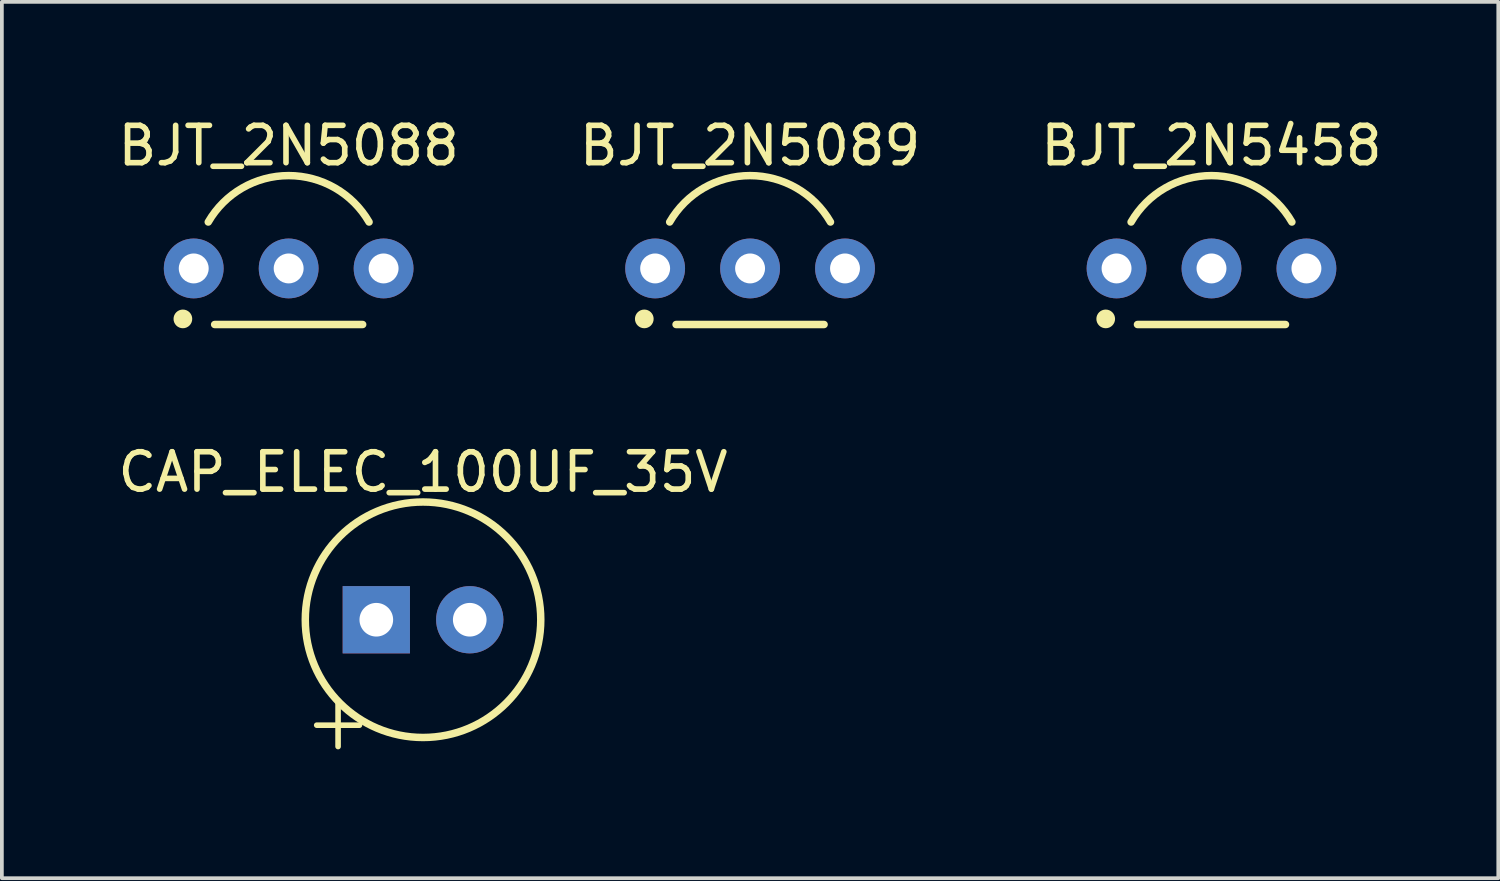
<source format=kicad_pcb>
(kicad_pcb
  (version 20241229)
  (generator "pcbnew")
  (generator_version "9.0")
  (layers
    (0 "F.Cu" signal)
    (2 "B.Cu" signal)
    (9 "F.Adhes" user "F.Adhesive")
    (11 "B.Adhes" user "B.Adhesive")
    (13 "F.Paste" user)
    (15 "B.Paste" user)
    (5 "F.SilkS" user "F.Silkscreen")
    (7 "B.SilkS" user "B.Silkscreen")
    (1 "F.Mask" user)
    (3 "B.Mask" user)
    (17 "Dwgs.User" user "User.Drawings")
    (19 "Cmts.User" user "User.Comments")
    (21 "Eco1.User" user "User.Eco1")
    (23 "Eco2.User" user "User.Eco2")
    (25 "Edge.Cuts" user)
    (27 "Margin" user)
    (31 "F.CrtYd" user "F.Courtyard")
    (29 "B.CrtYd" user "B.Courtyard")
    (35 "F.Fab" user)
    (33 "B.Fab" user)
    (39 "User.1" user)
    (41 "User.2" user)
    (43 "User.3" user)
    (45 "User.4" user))
  (footprint "BJT_2N5088"
    (layer "F.Cu")
    (at 4.673 4.132)
    (property "Reference" "BJT_2N5088" (at 0 -3.284 0) (layer "F.SilkS") (effects (font (size 1 1) (thickness 0.15))))
    (fp_line (start -1.98 1.5) (end 1.98 1.5) (stroke (width 0.2) (type solid)) (layer "F.SilkS"))
    (fp_arc (start -2.151224 -1.24201) (mid 0 -2.48402) (end 2.151224 -1.24201) (stroke (width 0.2) (type solid)) (layer "F.SilkS"))
    (fp_circle (center -2.83 1.35) (end -2.83 1.225) (stroke (width 0.25) (type solid)) (fill no) (layer "F.SilkS"))
    (pad "B" thru_hole circle (at 0 0) (size 1.6 1.6) (drill 0.8) (layers "*.Cu" "*.Mask"))
    (pad "C" thru_hole circle (at 2.54 0) (size 1.6 1.6) (drill 0.8) (layers "*.Cu" "*.Mask"))
    (pad "E" thru_hole circle (at -2.54 0) (size 1.6 1.6) (drill 0.8) (layers "*.Cu" "*.Mask")))
  (footprint "BJT_2N5089"
    (layer "F.Cu")
    (at 17.018 4.132)
    (property "Reference" "BJT_2N5089" (at 0 -3.284 0) (layer "F.SilkS") (effects (font (size 1 1) (thickness 0.15))))
    (fp_line (start -1.98 1.5) (end 1.98 1.5) (stroke (width 0.2) (type solid)) (layer "F.SilkS"))
    (fp_arc (start -2.151224 -1.24201) (mid 0 -2.48402) (end 2.151224 -1.24201) (stroke (width 0.2) (type solid)) (layer "F.SilkS"))
    (fp_circle (center -2.83 1.35) (end -2.83 1.225) (stroke (width 0.25) (type solid)) (fill no) (layer "F.SilkS"))
    (pad "B" thru_hole circle (at 0 0) (size 1.6 1.6) (drill 0.8) (layers "*.Cu" "*.Mask"))
    (pad "C" thru_hole circle (at 2.54 0) (size 1.6 1.6) (drill 0.8) (layers "*.Cu" "*.Mask"))
    (pad "E" thru_hole circle (at -2.54 0) (size 1.6 1.6) (drill 0.8) (layers "*.Cu" "*.Mask")))
  (footprint "BJT_2N5458"
    (layer "F.Cu")
    (at 29.363 4.132)
    (property "Reference" "BJT_2N5458" (at 0 -3.284 0) (layer "F.SilkS") (effects (font (size 1 1) (thickness 0.15))))
    (fp_line (start -1.98 1.5) (end 1.98 1.5) (stroke (width 0.2) (type solid)) (layer "F.SilkS"))
    (fp_arc (start -2.151224 -1.24201) (mid 0 -2.48402) (end 2.151224 -1.24201) (stroke (width 0.2) (type solid)) (layer "F.SilkS"))
    (fp_circle (center -2.83 1.35) (end -2.83 1.225) (stroke (width 0.25) (type solid)) (fill no) (layer "F.SilkS"))
    (pad "1" thru_hole circle (at -2.54 0) (size 1.6 1.6) (drill 0.8) (layers "*.Cu" "*.Mask"))
    (pad "2" thru_hole circle (at 0 0) (size 1.6 1.6) (drill 0.8) (layers "*.Cu" "*.Mask"))
    (pad "3" thru_hole circle (at 2.54 0) (size 1.6 1.6) (drill 0.8) (layers "*.Cu" "*.Mask")))
  (footprint "CAP_ELEC_100UF_35V"
    (layer "F.Cu")
    (at 8.268 13.531)
    (property "Reference" "CAP_ELEC_100UF_35V" (at 0 -3.95 0) (layer "F.SilkS") (effects (font (size 1 1) (thickness 0.15))))
    (fp_circle (center 0 0) (end 0 -3.15) (stroke (width 0.2) (type solid)) (fill no) (layer "F.SilkS"))
    (fp_text user "+" (at -3.3 3.584 0) (unlocked yes) (layer "F.SilkS") (effects (font (size 1.5 1.5) (thickness 0.15)) (justify left bottom)))
    (pad "1" thru_hole rect (at -1.25 0) (size 1.8 1.8) (drill 0.9) (layers "*.Cu" "*.Mask"))
    (pad "2" thru_hole circle (at 1.25 0) (size 1.8 1.8) (drill 0.9) (layers "*.Cu" "*.Mask")))
  (gr_rect
    (start -3 -3)
    (end 37.036 20.446)
    (stroke (width 0.1) (type default))
    (fill no)
    (layer "Edge.Cuts")))
</source>
